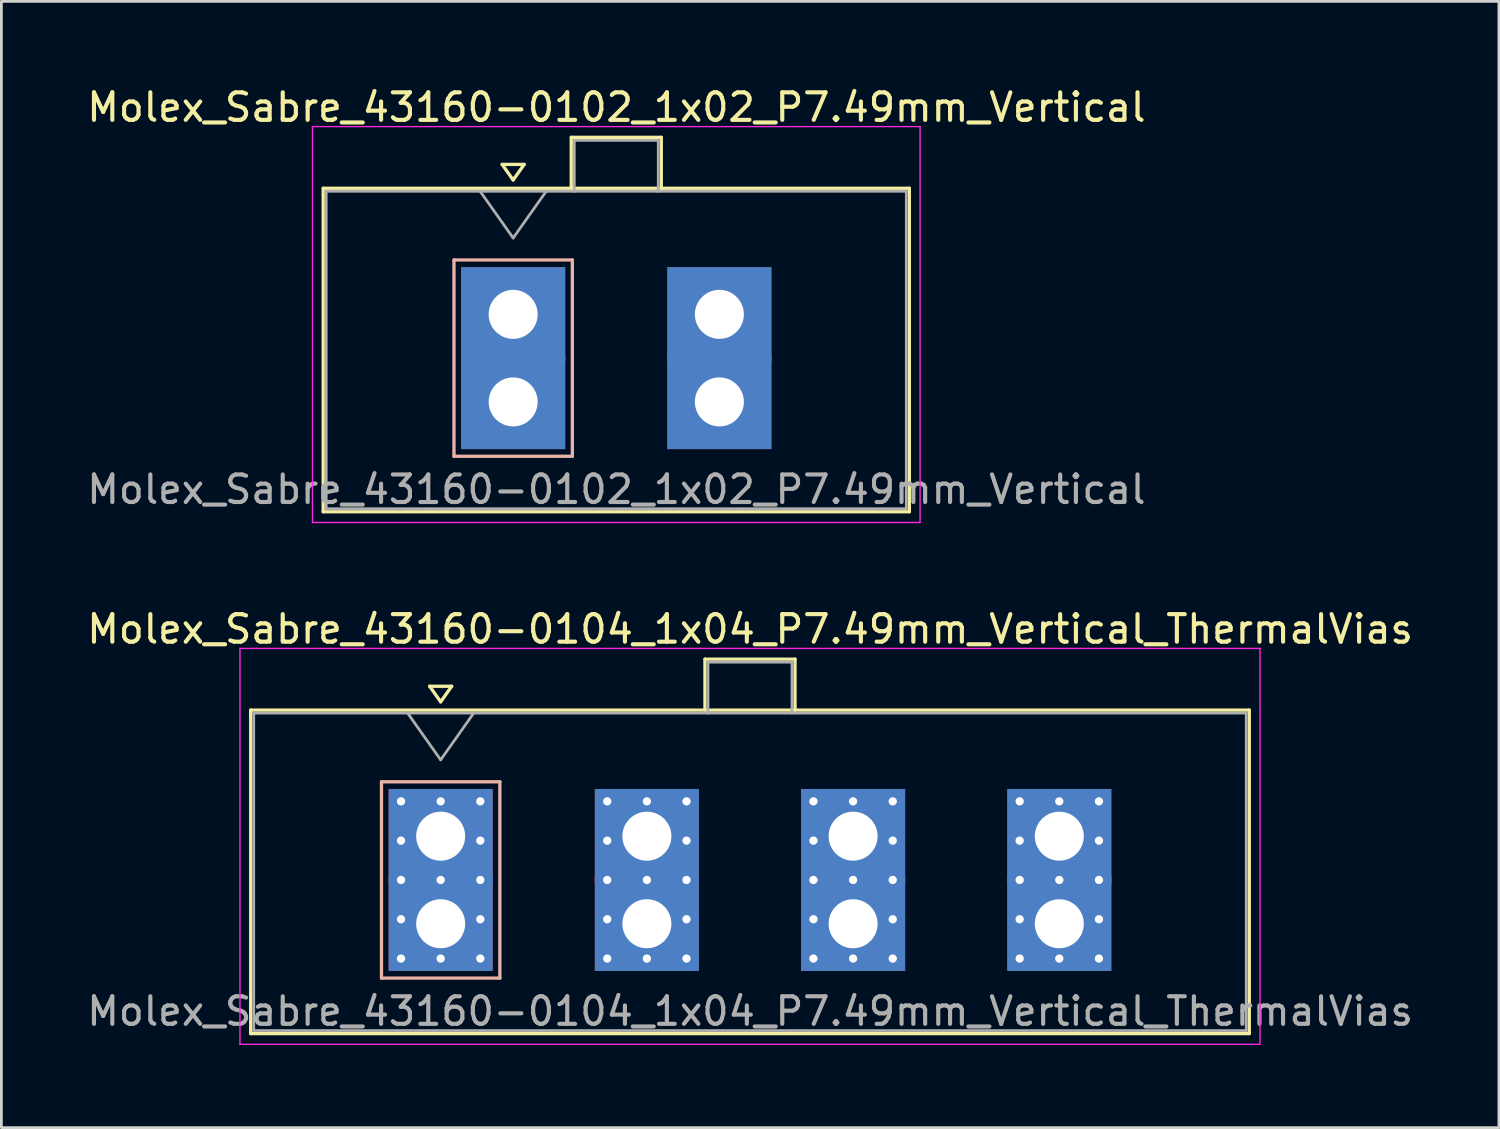
<source format=kicad_pcb>
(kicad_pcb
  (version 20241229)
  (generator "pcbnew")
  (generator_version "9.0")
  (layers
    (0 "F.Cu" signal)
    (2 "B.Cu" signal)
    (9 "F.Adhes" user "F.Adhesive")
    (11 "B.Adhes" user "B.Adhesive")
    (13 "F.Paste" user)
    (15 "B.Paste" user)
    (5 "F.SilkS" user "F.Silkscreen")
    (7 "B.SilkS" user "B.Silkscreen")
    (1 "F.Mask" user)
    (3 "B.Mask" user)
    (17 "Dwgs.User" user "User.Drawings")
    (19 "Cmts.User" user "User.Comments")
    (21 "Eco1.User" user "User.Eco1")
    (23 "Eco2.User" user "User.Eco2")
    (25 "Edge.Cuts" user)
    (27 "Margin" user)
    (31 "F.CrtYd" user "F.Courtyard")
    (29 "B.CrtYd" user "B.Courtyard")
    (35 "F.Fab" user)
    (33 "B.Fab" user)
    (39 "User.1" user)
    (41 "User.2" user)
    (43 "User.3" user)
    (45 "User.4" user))
  (footprint "Molex_Sabre_43160-0104_1x04_P7.49mm_Vertical_ThermalVias"
    (layer "F.Cu")
    (at 12.956 30.502)
    (property "Reference" "Molex_Sabre_43160-0104_1x04_P7.49mm_Vertical_ThermalVias" (at 11.24 -10.7 0) (layer "F.SilkS") (effects (font (size 1 1) (thickness 0.15))))
    (attr through_hole)
    (fp_line (start -6.9 -7.76) (end -6.9 3.99) (stroke (width 0.12) (type solid)) (layer "F.SilkS"))
    (fp_line (start -6.9 3.99) (end 29.37 3.99) (stroke (width 0.12) (type solid)) (layer "F.SilkS"))
    (fp_line (start -0.4 -8.626) (end 0 -8.06) (stroke (width 0.12) (type solid)) (layer "F.SilkS"))
    (fp_line (start 0 -8.06) (end 0.4 -8.626) (stroke (width 0.12) (type solid)) (layer "F.SilkS"))
    (fp_line (start 0.4 -8.626) (end -0.4 -8.626) (stroke (width 0.12) (type solid)) (layer "F.SilkS"))
    (fp_line (start 9.6 -9.61) (end 12.87 -9.61) (stroke (width 0.12) (type solid)) (layer "F.SilkS"))
    (fp_line (start 9.6 -7.76) (end 9.6 -9.61) (stroke (width 0.12) (type solid)) (layer "F.SilkS"))
    (fp_line (start 12.87 -9.61) (end 12.87 -7.76) (stroke (width 0.12) (type solid)) (layer "F.SilkS"))
    (fp_line (start 29.37 -7.76) (end -6.9 -7.76) (stroke (width 0.12) (type solid)) (layer "F.SilkS"))
    (fp_line (start 29.37 3.99) (end 29.37 -7.76) (stroke (width 0.12) (type solid)) (layer "F.SilkS"))
    (fp_line (start -2.15 -5.155) (end -2.15 1.975) (stroke (width 0.12) (type solid)) (layer "B.SilkS"))
    (fp_line (start -2.15 1.975) (end 2.15 1.975) (stroke (width 0.12) (type solid)) (layer "B.SilkS"))
    (fp_line (start 2.15 -5.155) (end -2.15 -5.155) (stroke (width 0.12) (type solid)) (layer "B.SilkS"))
    (fp_line (start 2.15 1.975) (end 2.15 -5.155) (stroke (width 0.12) (type solid)) (layer "B.SilkS"))
    (fp_line (start -7.29 -10) (end -7.29 4.38) (stroke (width 0.05) (type solid)) (layer "F.CrtYd"))
    (fp_line (start -7.29 4.38) (end 29.76 4.38) (stroke (width 0.05) (type solid)) (layer "F.CrtYd"))
    (fp_line (start 29.76 -10) (end -7.29 -10) (stroke (width 0.05) (type solid)) (layer "F.CrtYd"))
    (fp_line (start 29.76 4.38) (end 29.76 -10) (stroke (width 0.05) (type solid)) (layer "F.CrtYd"))
    (fp_line (start -6.79 -7.65) (end -6.79 3.88) (stroke (width 0.1) (type solid)) (layer "F.Fab"))
    (fp_line (start -6.79 3.88) (end 29.26 3.88) (stroke (width 0.1) (type solid)) (layer "F.Fab"))
    (fp_line (start -1.2 -7.65) (end 0 -5.953) (stroke (width 0.1) (type solid)) (layer "F.Fab"))
    (fp_line (start 0 -5.953) (end 1.2 -7.65) (stroke (width 0.1) (type solid)) (layer "F.Fab"))
    (fp_line (start 9.71 -9.5) (end 12.76 -9.5) (stroke (width 0.1) (type solid)) (layer "F.Fab"))
    (fp_line (start 9.71 -7.65) (end 9.71 -9.5) (stroke (width 0.1) (type solid)) (layer "F.Fab"))
    (fp_line (start 12.76 -9.5) (end 12.76 -7.65) (stroke (width 0.1) (type solid)) (layer "F.Fab"))
    (fp_line (start 29.26 -7.65) (end -6.79 -7.65) (stroke (width 0.1) (type solid)) (layer "F.Fab"))
    (fp_line (start 29.26 3.88) (end 29.26 -7.65) (stroke (width 0.1) (type solid)) (layer "F.Fab"))
    (fp_text user "${REFERENCE}" (at 11.24 3.18 0) (layer "F.Fab") (effects (font (size 1 1) (thickness 0.15))))
    (pad "1" thru_hole rect (at -1.44 -4.445) (size 0.6 0.6) (drill 0.3) (layers "*.Cu" "*.Mask"))
    (pad "1" thru_hole rect (at -1.44 -3.018) (size 0.6 0.6) (drill 0.3) (layers "*.Cu" "*.Mask"))
    (pad "1" thru_hole rect (at -1.44 -1.59) (size 0.6 0.6) (drill 0.3) (layers "*.Cu" "*.Mask"))
    (pad "1" thru_hole rect (at -1.44 -0.163) (size 0.6 0.6) (drill 0.3) (layers "*.Cu" "*.Mask"))
    (pad "1" thru_hole rect (at -1.44 1.265) (size 0.6 0.6) (drill 0.3) (layers "*.Cu" "*.Mask"))
    (pad "1" thru_hole rect (at 0 -4.445) (size 0.6 0.6) (drill 0.3) (layers "*.Cu" "*.Mask"))
    (pad "1" thru_hole rect (at 0 -3.18) (size 3.78 3.43) (drill 1.78) (layers "*.Cu" "*.Mask"))
    (pad "1" thru_hole rect (at 0 -1.59) (size 0.6 0.6) (drill 0.3) (layers "*.Cu" "*.Mask"))
    (pad "1" thru_hole rect (at 0 0) (size 3.78 3.43) (drill 1.78) (layers "*.Cu" "*.Mask"))
    (pad "1" thru_hole rect (at 0 1.265) (size 0.6 0.6) (drill 0.3) (layers "*.Cu" "*.Mask"))
    (pad "1" thru_hole rect (at 1.44 -4.445) (size 0.6 0.6) (drill 0.3) (layers "*.Cu" "*.Mask"))
    (pad "1" thru_hole rect (at 1.44 -3.018) (size 0.6 0.6) (drill 0.3) (layers "*.Cu" "*.Mask"))
    (pad "1" thru_hole rect (at 1.44 -1.59) (size 0.6 0.6) (drill 0.3) (layers "*.Cu" "*.Mask"))
    (pad "1" thru_hole rect (at 1.44 -0.163) (size 0.6 0.6) (drill 0.3) (layers "*.Cu" "*.Mask"))
    (pad "1" thru_hole rect (at 1.44 1.265) (size 0.6 0.6) (drill 0.3) (layers "*.Cu" "*.Mask"))
    (pad "2" thru_hole circle (at 6.05 -4.445) (size 0.6 0.6) (drill 0.3) (layers "*.Cu" "*.Mask"))
    (pad "2" thru_hole circle (at 6.05 -3.018) (size 0.6 0.6) (drill 0.3) (layers "*.Cu" "*.Mask"))
    (pad "2" thru_hole circle (at 6.05 -1.59) (size 0.6 0.6) (drill 0.3) (layers "*.Cu" "*.Mask"))
    (pad "2" thru_hole circle (at 6.05 -0.163) (size 0.6 0.6) (drill 0.3) (layers "*.Cu" "*.Mask"))
    (pad "2" thru_hole circle (at 6.05 1.265) (size 0.6 0.6) (drill 0.3) (layers "*.Cu" "*.Mask"))
    (pad "2" thru_hole circle (at 7.49 -4.445) (size 0.6 0.6) (drill 0.3) (layers "*.Cu" "*.Mask"))
    (pad "2" thru_hole rect (at 7.49 -3.18) (size 3.78 3.43) (drill 1.78) (layers "*.Cu" "*.Mask"))
    (pad "2" thru_hole circle (at 7.49 -1.59) (size 0.6 0.6) (drill 0.3) (layers "*.Cu" "*.Mask"))
    (pad "2" thru_hole rect (at 7.49 0) (size 3.78 3.43) (drill 1.78) (layers "*.Cu" "*.Mask"))
    (pad "2" thru_hole circle (at 7.49 1.265) (size 0.6 0.6) (drill 0.3) (layers "*.Cu" "*.Mask"))
    (pad "2" thru_hole circle (at 8.93 -4.445) (size 0.6 0.6) (drill 0.3) (layers "*.Cu" "*.Mask"))
    (pad "2" thru_hole circle (at 8.93 -3.018) (size 0.6 0.6) (drill 0.3) (layers "*.Cu" "*.Mask"))
    (pad "2" thru_hole circle (at 8.93 -1.59) (size 0.6 0.6) (drill 0.3) (layers "*.Cu" "*.Mask"))
    (pad "2" thru_hole circle (at 8.93 -0.163) (size 0.6 0.6) (drill 0.3) (layers "*.Cu" "*.Mask"))
    (pad "2" thru_hole circle (at 8.93 1.265) (size 0.6 0.6) (drill 0.3) (layers "*.Cu" "*.Mask"))
    (pad "3" thru_hole circle (at 13.54 -4.445) (size 0.6 0.6) (drill 0.3) (layers "*.Cu" "*.Mask"))
    (pad "3" thru_hole circle (at 13.54 -3.018) (size 0.6 0.6) (drill 0.3) (layers "*.Cu" "*.Mask"))
    (pad "3" thru_hole circle (at 13.54 -1.59) (size 0.6 0.6) (drill 0.3) (layers "*.Cu" "*.Mask"))
    (pad "3" thru_hole circle (at 13.54 -0.163) (size 0.6 0.6) (drill 0.3) (layers "*.Cu" "*.Mask"))
    (pad "3" thru_hole circle (at 13.54 1.265) (size 0.6 0.6) (drill 0.3) (layers "*.Cu" "*.Mask"))
    (pad "3" thru_hole circle (at 14.98 -4.445) (size 0.6 0.6) (drill 0.3) (layers "*.Cu" "*.Mask"))
    (pad "3" thru_hole rect (at 14.98 -3.18) (size 3.78 3.43) (drill 1.78) (layers "*.Cu" "*.Mask"))
    (pad "3" thru_hole circle (at 14.98 -1.59) (size 0.6 0.6) (drill 0.3) (layers "*.Cu" "*.Mask"))
    (pad "3" thru_hole rect (at 14.98 0) (size 3.78 3.43) (drill 1.78) (layers "*.Cu" "*.Mask"))
    (pad "3" thru_hole circle (at 14.98 1.265) (size 0.6 0.6) (drill 0.3) (layers "*.Cu" "*.Mask"))
    (pad "3" thru_hole circle (at 16.42 -4.445) (size 0.6 0.6) (drill 0.3) (layers "*.Cu" "*.Mask"))
    (pad "3" thru_hole circle (at 16.42 -3.018) (size 0.6 0.6) (drill 0.3) (layers "*.Cu" "*.Mask"))
    (pad "3" thru_hole circle (at 16.42 -1.59) (size 0.6 0.6) (drill 0.3) (layers "*.Cu" "*.Mask"))
    (pad "3" thru_hole circle (at 16.42 -0.163) (size 0.6 0.6) (drill 0.3) (layers "*.Cu" "*.Mask"))
    (pad "3" thru_hole circle (at 16.42 1.265) (size 0.6 0.6) (drill 0.3) (layers "*.Cu" "*.Mask"))
    (pad "4" thru_hole circle (at 21.03 -4.445) (size 0.6 0.6) (drill 0.3) (layers "*.Cu" "*.Mask"))
    (pad "4" thru_hole circle (at 21.03 -3.018) (size 0.6 0.6) (drill 0.3) (layers "*.Cu" "*.Mask"))
    (pad "4" thru_hole circle (at 21.03 -1.59) (size 0.6 0.6) (drill 0.3) (layers "*.Cu" "*.Mask"))
    (pad "4" thru_hole circle (at 21.03 -0.163) (size 0.6 0.6) (drill 0.3) (layers "*.Cu" "*.Mask"))
    (pad "4" thru_hole circle (at 21.03 1.265) (size 0.6 0.6) (drill 0.3) (layers "*.Cu" "*.Mask"))
    (pad "4" thru_hole circle (at 22.47 -4.445) (size 0.6 0.6) (drill 0.3) (layers "*.Cu" "*.Mask"))
    (pad "4" thru_hole rect (at 22.47 -3.18) (size 3.78 3.43) (drill 1.78) (layers "*.Cu" "*.Mask"))
    (pad "4" thru_hole circle (at 22.47 -1.59) (size 0.6 0.6) (drill 0.3) (layers "*.Cu" "*.Mask"))
    (pad "4" thru_hole rect (at 22.47 0) (size 3.78 3.43) (drill 1.78) (layers "*.Cu" "*.Mask"))
    (pad "4" thru_hole circle (at 22.47 1.265) (size 0.6 0.6) (drill 0.3) (layers "*.Cu" "*.Mask"))
    (pad "4" thru_hole circle (at 23.91 -4.445) (size 0.6 0.6) (drill 0.3) (layers "*.Cu" "*.Mask"))
    (pad "4" thru_hole circle (at 23.91 -3.018) (size 0.6 0.6) (drill 0.3) (layers "*.Cu" "*.Mask"))
    (pad "4" thru_hole circle (at 23.91 -1.59) (size 0.6 0.6) (drill 0.3) (layers "*.Cu" "*.Mask"))
    (pad "4" thru_hole circle (at 23.91 -0.163) (size 0.6 0.6) (drill 0.3) (layers "*.Cu" "*.Mask"))
    (pad "4" thru_hole circle (at 23.91 1.265) (size 0.6 0.6) (drill 0.3) (layers "*.Cu" "*.Mask")))
  (footprint "Molex_Sabre_43160-0102_1x02_P7.49mm_Vertical"
    (layer "F.Cu")
    (at 15.589 11.548)
    (property "Reference" "Molex_Sabre_43160-0102_1x02_P7.49mm_Vertical" (at 3.75 -10.7 0) (layer "F.SilkS") (effects (font (size 1 1) (thickness 0.15))))
    (attr through_hole)
    (fp_line (start -6.9 -7.76) (end -6.9 3.99) (stroke (width 0.12) (type solid)) (layer "F.SilkS"))
    (fp_line (start -6.9 3.99) (end 14.39 3.99) (stroke (width 0.12) (type solid)) (layer "F.SilkS"))
    (fp_line (start -0.4 -8.626) (end 0 -8.06) (stroke (width 0.12) (type solid)) (layer "F.SilkS"))
    (fp_line (start 0 -8.06) (end 0.4 -8.626) (stroke (width 0.12) (type solid)) (layer "F.SilkS"))
    (fp_line (start 0.4 -8.626) (end -0.4 -8.626) (stroke (width 0.12) (type solid)) (layer "F.SilkS"))
    (fp_line (start 2.11 -9.61) (end 5.38 -9.61) (stroke (width 0.12) (type solid)) (layer "F.SilkS"))
    (fp_line (start 2.11 -7.76) (end 2.11 -9.61) (stroke (width 0.12) (type solid)) (layer "F.SilkS"))
    (fp_line (start 5.38 -9.61) (end 5.38 -7.76) (stroke (width 0.12) (type solid)) (layer "F.SilkS"))
    (fp_line (start 14.39 -7.76) (end -6.9 -7.76) (stroke (width 0.12) (type solid)) (layer "F.SilkS"))
    (fp_line (start 14.39 3.99) (end 14.39 -7.76) (stroke (width 0.12) (type solid)) (layer "F.SilkS"))
    (fp_line (start -2.15 -5.155) (end -2.15 1.975) (stroke (width 0.12) (type solid)) (layer "B.SilkS"))
    (fp_line (start -2.15 1.975) (end 2.15 1.975) (stroke (width 0.12) (type solid)) (layer "B.SilkS"))
    (fp_line (start 2.15 -5.155) (end -2.15 -5.155) (stroke (width 0.12) (type solid)) (layer "B.SilkS"))
    (fp_line (start 2.15 1.975) (end 2.15 -5.155) (stroke (width 0.12) (type solid)) (layer "B.SilkS"))
    (fp_line (start -7.29 -10) (end -7.29 4.38) (stroke (width 0.05) (type solid)) (layer "F.CrtYd"))
    (fp_line (start -7.29 4.38) (end 14.78 4.38) (stroke (width 0.05) (type solid)) (layer "F.CrtYd"))
    (fp_line (start 14.78 -10) (end -7.29 -10) (stroke (width 0.05) (type solid)) (layer "F.CrtYd"))
    (fp_line (start 14.78 4.38) (end 14.78 -10) (stroke (width 0.05) (type solid)) (layer "F.CrtYd"))
    (fp_line (start -6.79 -7.65) (end -6.79 3.88) (stroke (width 0.1) (type solid)) (layer "F.Fab"))
    (fp_line (start -6.79 3.88) (end 14.28 3.88) (stroke (width 0.1) (type solid)) (layer "F.Fab"))
    (fp_line (start -1.2 -7.65) (end 0 -5.953) (stroke (width 0.1) (type solid)) (layer "F.Fab"))
    (fp_line (start 0 -5.953) (end 1.2 -7.65) (stroke (width 0.1) (type solid)) (layer "F.Fab"))
    (fp_line (start 2.22 -9.5) (end 5.27 -9.5) (stroke (width 0.1) (type solid)) (layer "F.Fab"))
    (fp_line (start 2.22 -7.65) (end 2.22 -9.5) (stroke (width 0.1) (type solid)) (layer "F.Fab"))
    (fp_line (start 5.27 -9.5) (end 5.27 -7.65) (stroke (width 0.1) (type solid)) (layer "F.Fab"))
    (fp_line (start 14.28 -7.65) (end -6.79 -7.65) (stroke (width 0.1) (type solid)) (layer "F.Fab"))
    (fp_line (start 14.28 3.88) (end 14.28 -7.65) (stroke (width 0.1) (type solid)) (layer "F.Fab"))
    (fp_text user "${REFERENCE}" (at 3.75 3.18 0) (layer "F.Fab") (effects (font (size 1 1) (thickness 0.15))))
    (pad "1" thru_hole rect (at 0 -3.18) (size 3.78 3.43) (drill 1.78) (layers "*.Cu" "*.Mask"))
    (pad "1" thru_hole rect (at 0 0) (size 3.78 3.43) (drill 1.78) (layers "*.Cu" "*.Mask"))
    (pad "2" thru_hole rect (at 7.49 -3.18) (size 3.78 3.43) (drill 1.78) (layers "*.Cu" "*.Mask"))
    (pad "2" thru_hole rect (at 7.49 0) (size 3.78 3.43) (drill 1.78) (layers "*.Cu" "*.Mask")))
  (gr_rect
    (start -3 -3)
    (end 51.393 37.907)
    (stroke (width 0.1) (type default))
    (fill no)
    (layer "Edge.Cuts")))
</source>
